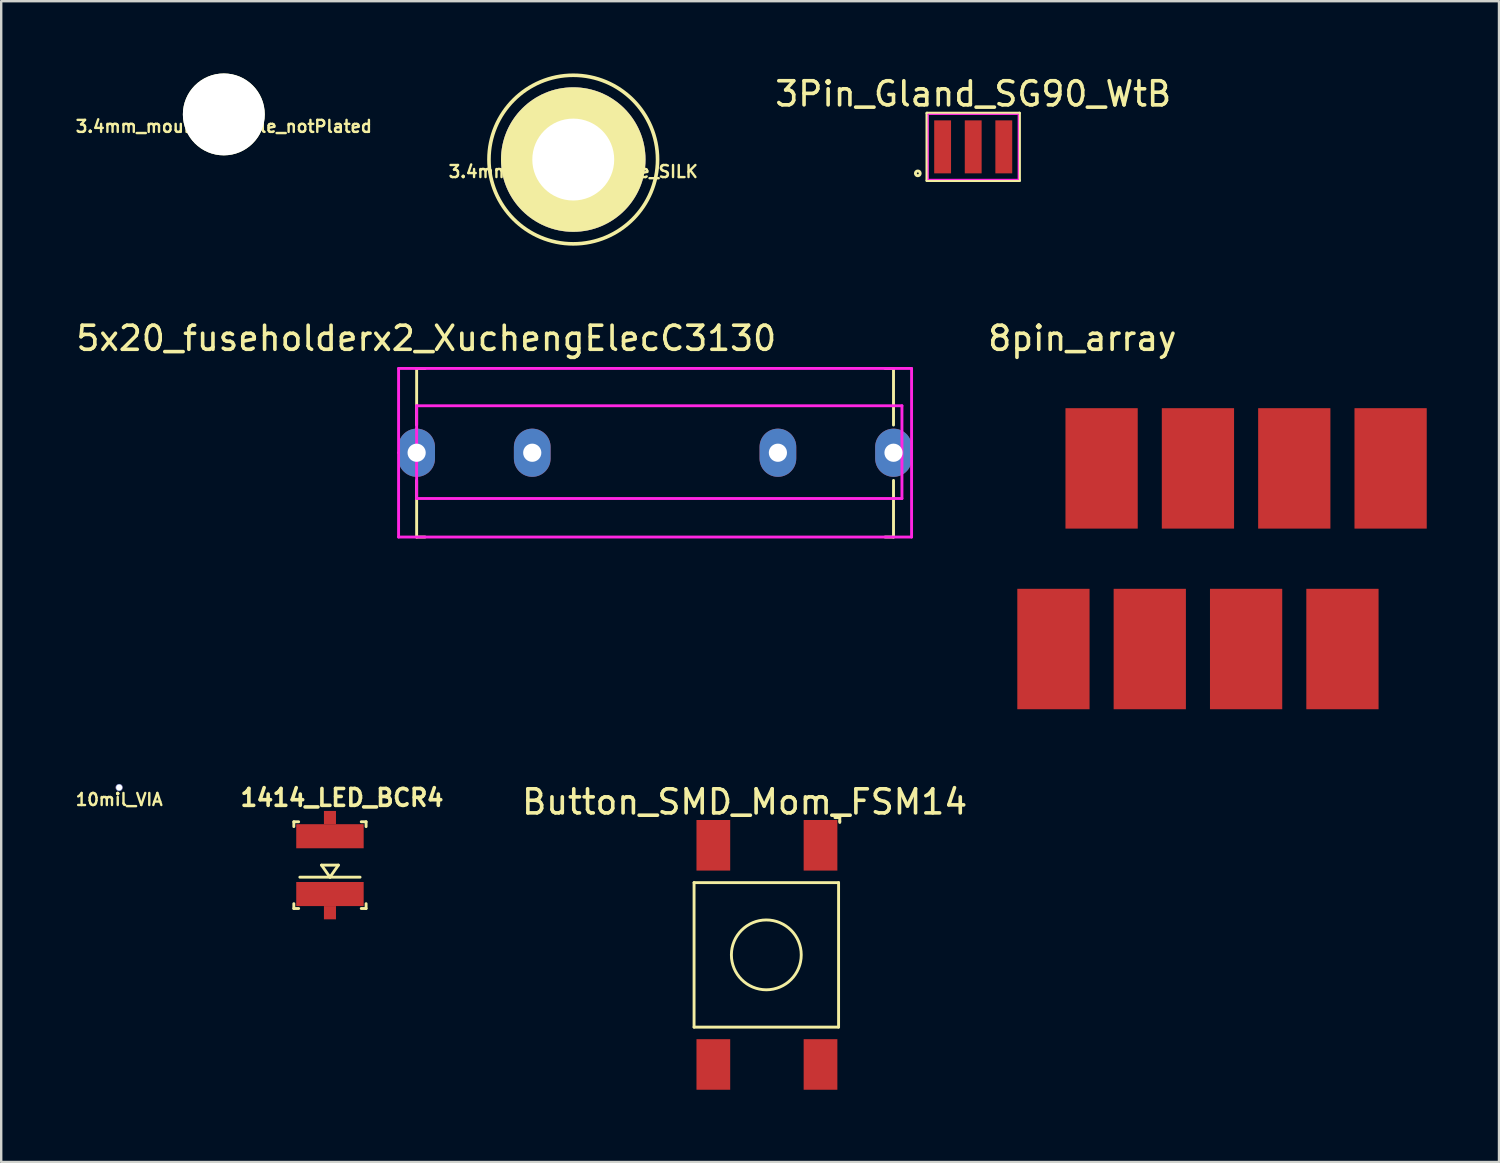
<source format=kicad_pcb>
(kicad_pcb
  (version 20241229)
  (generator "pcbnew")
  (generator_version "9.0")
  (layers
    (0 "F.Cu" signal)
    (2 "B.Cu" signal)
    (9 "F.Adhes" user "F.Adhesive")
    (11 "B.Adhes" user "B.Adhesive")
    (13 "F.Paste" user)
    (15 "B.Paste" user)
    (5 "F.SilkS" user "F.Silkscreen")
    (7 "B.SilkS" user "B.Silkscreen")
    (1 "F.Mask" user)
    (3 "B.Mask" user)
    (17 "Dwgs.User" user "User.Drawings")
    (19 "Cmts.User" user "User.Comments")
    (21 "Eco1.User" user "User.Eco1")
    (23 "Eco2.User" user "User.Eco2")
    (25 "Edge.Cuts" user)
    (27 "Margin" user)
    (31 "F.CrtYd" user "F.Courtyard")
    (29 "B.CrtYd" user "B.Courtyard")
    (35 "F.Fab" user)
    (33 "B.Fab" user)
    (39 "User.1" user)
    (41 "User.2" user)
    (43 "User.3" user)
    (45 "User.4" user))
  (footprint "Button_SMD_Mom_FSM14"
    (layer "F.Cu")
    (at 25.868 30.997)
    (property "Reference" "Button_SMD_Mom_FSM14" (at 2 -0.75 0) (layer "F.SilkS") (effects (font (size 1 1) (thickness 0.15))))
    (attr through_hole)
    (fp_line (start -0.1 2.6) (end 5.9 2.6) (stroke (width 0.12) (type solid)) (layer "F.SilkS"))
    (fp_line (start -0.1 8.6) (end -0.1 2.6) (stroke (width 0.12) (type solid)) (layer "F.SilkS"))
    (fp_line (start 5.75 -0.1) (end 5.95 -0.1) (stroke (width 0.12) (type solid)) (layer "F.SilkS"))
    (fp_line (start 5.9 2.6) (end 5.9 8.6) (stroke (width 0.12) (type solid)) (layer "F.SilkS"))
    (fp_line (start 5.9 8.6) (end -0.1 8.6) (stroke (width 0.12) (type solid)) (layer "F.SilkS"))
    (fp_line (start 5.95 -0.1) (end 5.95 0.05) (stroke (width 0.12) (type solid)) (layer "F.SilkS"))
    (fp_line (start 5.95 0.05) (end 5.95 0.1) (stroke (width 0.12) (type solid)) (layer "F.SilkS"))
    (fp_circle (center 2.9 5.6) (end 4.35 5.6) (stroke (width 0.12) (type solid)) (fill no) (layer "F.SilkS"))
    (pad "1" smd rect (at 5.15 1.05) (size 1.4 2.1) (layers "F.Cu" "F.Mask" "F.Paste"))
    (pad "2" smd rect (at 0.7 1.05) (size 1.4 2.1) (layers "F.Cu" "F.Mask" "F.Paste"))
    (pad "3" smd rect (at 5.15 10.15) (size 1.4 2.1) (layers "F.Cu" "F.Mask" "F.Paste"))
    (pad "4" smd rect (at 0.7 10.15) (size 1.4 2.1) (layers "F.Cu" "F.Mask" "F.Paste")))
  (footprint "3.4mm_mounting_hole_notPlated"
    (layer "F.Cu")
    (at 6.243 1.7)
    (property "Reference" "3.4mm_mounting_hole_notPlated" (at 0 0.5 0) (layer "F.SilkS") (effects (font (size 0.5 0.5) (thickness 0.1))))
    (attr through_hole)
    (pad "" np_thru_hole circle (at 0 0) (size 3.4 3.4) (drill 3.4) (layers "*.Cu" "*.Mask" "F.SilkS")))
  (footprint "10mil_VIA"
    (layer "F.Cu")
    (at 1.898 29.648)
    (property "Reference" "10mil_VIA" (at 0 0.5 0) (layer "F.SilkS") (effects (font (size 0.5 0.5) (thickness 0.1))))
    (attr through_hole)
    (pad "1" thru_hole circle (at 0 0) (size 0.3 0.3) (drill 0.254) (layers "*.Cu")))
  (footprint "8pin_array"
    (layer "F.Cu")
    (at 42.689 16.398)
    (property "Reference" "8pin_array" (at -0.8 -5.4 0) (layer "F.SilkS") (effects (font (size 1 1) (thickness 0.15))))
    (attr through_hole)
    (pad "1" smd rect (at 12 0) (size 3 5) (layers "F.Cu" "F.Mask" "F.Paste"))
    (pad "2" smd rect (at 10 7.5) (size 3 5) (layers "F.Cu" "F.Mask" "F.Paste"))
    (pad "3" smd rect (at 8 0) (size 3 5) (layers "F.Cu" "F.Mask" "F.Paste"))
    (pad "4" smd rect (at 6 7.5) (size 3 5) (layers "F.Cu" "F.Mask" "F.Paste"))
    (pad "5" smd rect (at 4 0) (size 3 5) (layers "F.Cu" "F.Mask" "F.Paste"))
    (pad "6" smd rect (at 2 7.5) (size 3 5) (layers "F.Cu" "F.Mask" "F.Paste"))
    (pad "7" smd rect (at 0 0) (size 3 5) (layers "F.Cu" "F.Mask" "F.Paste"))
    (pad "8" smd rect (at -2 7.5) (size 3 5) (layers "F.Cu" "F.Mask" "F.Paste")))
  (footprint "3Pin_Gland_SG90_WtB"
    (layer "F.Cu")
    (at 37.358 3.048)
    (property "Reference" "3Pin_Gland_SG90_WtB" (at 0 -2.2 0) (layer "F.SilkS") (effects (font (size 1 1) (thickness 0.15))))
    (attr smd)
    (fp_line (start -1.92 -1.4) (end 1.92 -1.4) (stroke (width 0.12) (type solid)) (layer "F.SilkS"))
    (fp_line (start -1.92 1.4) (end -1.92 -1.4) (stroke (width 0.12) (type solid)) (layer "F.SilkS"))
    (fp_line (start 1.92 -1.4) (end 1.92 1.4) (stroke (width 0.12) (type solid)) (layer "F.SilkS"))
    (fp_line (start 1.92 1.4) (end -1.92 1.4) (stroke (width 0.12) (type solid)) (layer "F.SilkS"))
    (fp_circle (center -2.3 1.1) (end -2.2 1.1) (stroke (width 0.12) (type solid)) (fill no) (layer "F.SilkS"))
    (fp_line (start -1.87 -1.35) (end 1.87 -1.35) (stroke (width 0.05) (type solid)) (layer "F.CrtYd"))
    (fp_line (start -1.87 1.35) (end -1.87 -1.35) (stroke (width 0.05) (type solid)) (layer "F.CrtYd"))
    (fp_line (start 1.87 -1.35) (end 1.87 1.35) (stroke (width 0.05) (type solid)) (layer "F.CrtYd"))
    (fp_line (start 1.87 1.35) (end -1.87 1.35) (stroke (width 0.05) (type solid)) (layer "F.CrtYd"))
    (pad "1" smd rect (at -1.27 0) (size 0.7 2.2) (layers "F.Cu" "F.Mask" "F.Paste"))
    (pad "2" smd rect (at 0 0) (size 0.7 2.2) (layers "F.Cu" "F.Mask" "F.Paste"))
    (pad "3" smd rect (at 1.27 0) (size 0.7 2.2) (layers "F.Cu" "F.Mask" "F.Paste")))
  (footprint "3.4mm_mounting_hole_SILK"
    (layer "F.Cu")
    (at 20.752 3.575)
    (property "Reference" "3.4mm_mounting_hole_SILK" (at 0 0.5 0) (layer "F.SilkS") (effects (font (size 0.5 0.5) (thickness 0.1))))
    (attr through_hole)
    (fp_circle (center 0 0) (end 3.5 0) (stroke (width 0.15) (type solid)) (fill no) (layer "F.SilkS"))
    (pad "1" thru_hole circle (at 0 0) (size 6 6) (drill 3.4) (layers "*.Cu" "*.Mask" "F.SilkS")))
  (footprint "1414_LED_BCR4"
    (layer "F.Cu")
    (at 10.65 32.871)
    (property "Reference" "1414_LED_BCR4" (at 0.5 -2.8 0) (layer "F.SilkS") (effects (font (size 0.7 0.7) (thickness 0.15))))
    (attr through_hole)
    (fp_line (start -1.5 -1.8) (end -1.3 -1.8) (stroke (width 0.12) (type solid)) (layer "F.SilkS"))
    (fp_line (start -1.5 -1.6) (end -1.5 -1.8) (stroke (width 0.12) (type solid)) (layer "F.SilkS"))
    (fp_line (start -1.5 1.8) (end -1.5 1.6) (stroke (width 0.12) (type solid)) (layer "F.SilkS"))
    (fp_line (start -1.3 1.8) (end -1.5 1.8) (stroke (width 0.12) (type solid)) (layer "F.SilkS"))
    (fp_line (start -0.35 0) (end 0 0.5) (stroke (width 0.12) (type solid)) (layer "F.SilkS"))
    (fp_line (start 0 0.5) (end 0.35 0) (stroke (width 0.12) (type solid)) (layer "F.SilkS"))
    (fp_line (start 0.35 0) (end -0.35 0) (stroke (width 0.12) (type solid)) (layer "F.SilkS"))
    (fp_line (start 1.25 0.5) (end -1.25 0.5) (stroke (width 0.12) (type solid)) (layer "F.SilkS"))
    (fp_line (start 1.3 -1.8) (end 1.5 -1.8) (stroke (width 0.12) (type solid)) (layer "F.SilkS"))
    (fp_line (start 1.5 -1.8) (end 1.5 -1.6) (stroke (width 0.12) (type solid)) (layer "F.SilkS"))
    (fp_line (start 1.5 1.6) (end 1.5 1.8) (stroke (width 0.12) (type solid)) (layer "F.SilkS"))
    (fp_line (start 1.5 1.8) (end 1.3 1.8) (stroke (width 0.12) (type solid)) (layer "F.SilkS"))
    (pad "1" smd rect (at 0 -1.975) (size 0.5 0.55) (layers "F.Cu" "F.Mask" "F.Paste"))
    (pad "1" smd rect (at 0 -1.2) (size 2.8 1) (layers "F.Cu" "F.Mask" "F.Paste"))
    (pad "2" smd rect (at 0 1.2) (size 2.8 1) (layers "F.Cu" "F.Mask" "F.Paste"))
    (pad "2" smd rect (at 0 1.975) (size 0.5 0.55) (layers "F.Cu" "F.Mask" "F.Paste")))
  (footprint "5x20_fuseholderx2_XuchengElecC3130"
    (layer "F.Cu")
    (at 14.249 15.748)
    (property "Reference" "5x20_fuseholderx2_XuchengElecC3130" (at 0.4 -4.75 0) (layer "F.SilkS") (effects (font (size 1 1) (thickness 0.15))))
    (attr through_hole)
    (fp_line (start 0 -3.5) (end 0.35 -3.5) (stroke (width 0.12) (type solid)) (layer "F.SilkS"))
    (fp_line (start 0 -1.15) (end 0 -3.5) (stroke (width 0.12) (type solid)) (layer "F.SilkS"))
    (fp_line (start 0 3.5) (end 0 1.15) (stroke (width 0.12) (type solid)) (layer "F.SilkS"))
    (fp_line (start 0 3.5) (end 0.35 3.5) (stroke (width 0.12) (type solid)) (layer "F.SilkS"))
    (fp_line (start 19.45 -3.5) (end 19.8 -3.5) (stroke (width 0.12) (type solid)) (layer "F.SilkS"))
    (fp_line (start 19.45 3.5) (end 19.8 3.5) (stroke (width 0.12) (type solid)) (layer "F.SilkS"))
    (fp_line (start 19.8 -1.15) (end 19.8 -3.5) (stroke (width 0.12) (type solid)) (layer "F.SilkS"))
    (fp_line (start 19.8 3.5) (end 19.8 1.15) (stroke (width 0.12) (type solid)) (layer "F.SilkS"))
    (fp_line (start -0.75 -3.5) (end 20.55 -3.5) (stroke (width 0.12) (type solid)) (layer "F.CrtYd"))
    (fp_line (start -0.75 0) (end -0.75 -3.5) (stroke (width 0.12) (type solid)) (layer "F.CrtYd"))
    (fp_line (start -0.75 3.5) (end -0.75 0) (stroke (width 0.12) (type solid)) (layer "F.CrtYd"))
    (fp_line (start 0 -1.95) (end 20.15 -1.95) (stroke (width 0.12) (type solid)) (layer "F.CrtYd"))
    (fp_line (start 0 -1) (end 0 -1.95) (stroke (width 0.12) (type solid)) (layer "F.CrtYd"))
    (fp_line (start 0 1.9) (end 0 -1) (stroke (width 0.12) (type solid)) (layer "F.CrtYd"))
    (fp_line (start 20.15 -1.95) (end 20.15 1.9) (stroke (width 0.12) (type solid)) (layer "F.CrtYd"))
    (fp_line (start 20.15 1.9) (end 0 1.9) (stroke (width 0.12) (type solid)) (layer "F.CrtYd"))
    (fp_line (start 20.55 -3.5) (end 20.55 3.5) (stroke (width 0.12) (type solid)) (layer "F.CrtYd"))
    (fp_line (start 20.55 3.5) (end -0.75 3.5) (stroke (width 0.12) (type solid)) (layer "F.CrtYd"))
    (pad "1" thru_hole oval (at 0 0) (size 1.524 2) (drill 0.755) (layers "*.Cu" "*.Mask"))
    (pad "1" thru_hole oval (at 4.8 0) (size 1.524 2) (drill 0.755) (layers "*.Cu" "*.Mask"))
    (pad "2" thru_hole oval (at 15 0) (size 1.524 2) (drill 0.755) (layers "*.Cu" "*.Mask"))
    (pad "2" thru_hole oval (at 19.8 0) (size 1.524 2) (drill 0.755) (layers "*.Cu" "*.Mask")))
  (gr_rect
    (start -3 -3)
    (end 59.189 45.197)
    (stroke (width 0.1) (type default))
    (fill no)
    (layer "Edge.Cuts")))
</source>
